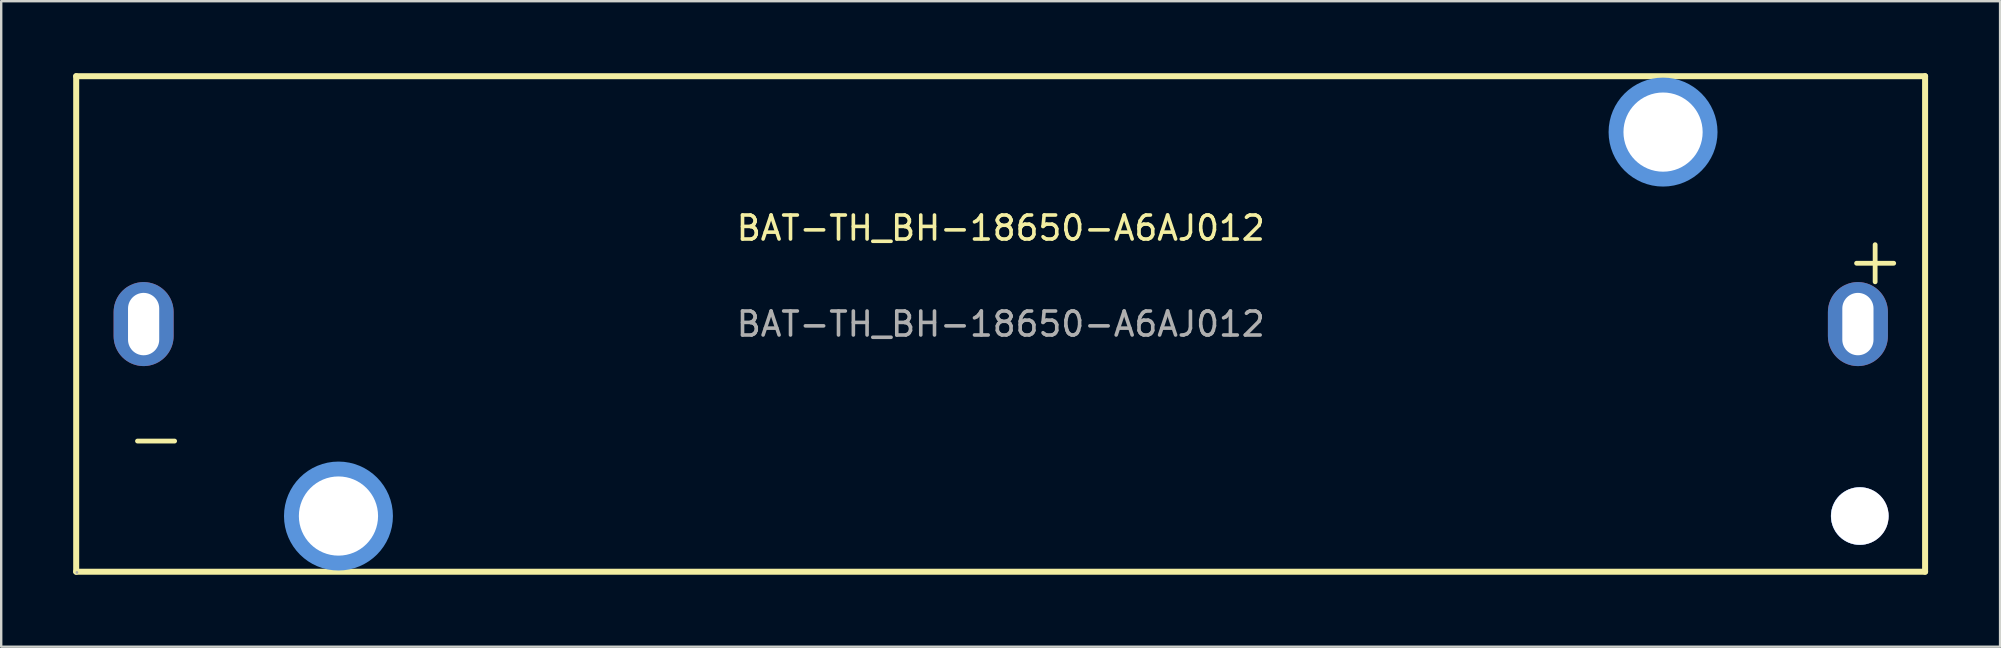
<source format=kicad_pcb>
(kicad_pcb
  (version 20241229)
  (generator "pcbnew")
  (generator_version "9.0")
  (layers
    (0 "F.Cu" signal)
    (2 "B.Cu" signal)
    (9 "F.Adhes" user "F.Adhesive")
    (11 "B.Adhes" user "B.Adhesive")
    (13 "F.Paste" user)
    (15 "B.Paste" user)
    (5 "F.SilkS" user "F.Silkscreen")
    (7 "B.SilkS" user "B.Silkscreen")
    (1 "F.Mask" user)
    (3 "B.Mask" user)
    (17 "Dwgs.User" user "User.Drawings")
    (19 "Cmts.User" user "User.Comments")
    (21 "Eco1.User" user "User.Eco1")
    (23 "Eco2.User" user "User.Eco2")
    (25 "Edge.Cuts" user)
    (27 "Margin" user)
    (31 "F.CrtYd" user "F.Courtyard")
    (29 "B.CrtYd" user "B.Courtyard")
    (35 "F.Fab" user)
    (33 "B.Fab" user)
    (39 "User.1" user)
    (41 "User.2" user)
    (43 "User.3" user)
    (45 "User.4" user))
  (footprint "BAT-TH_BH-18650-A6AJ012"
    (layer "F.Cu")
    (at 38.655 10.455)
    (property "Reference" "BAT-TH_BH-18650-A6AJ012" (at 0 -4 0) (layer "F.SilkS") (effects (font (size 1 1) (thickness 0.15))))
    (attr through_hole)
    (fp_line (start -38.53 -10.33) (end 38.52 -10.33) (stroke (width 0.25) (type solid)) (layer "F.SilkS"))
    (fp_line (start -38.53 10.32) (end -38.53 -10.33) (stroke (width 0.25) (type solid)) (layer "F.SilkS"))
    (fp_line (start -38.53 10.32) (end 38.52 10.32) (stroke (width 0.25) (type solid)) (layer "F.SilkS"))
    (fp_line (start 38.52 10.32) (end 38.52 -10.33) (stroke (width 0.25) (type solid)) (layer "F.SilkS"))
    (fp_circle (center -27.6 8) (end -26.85 8) (stroke (width 1.52) (type solid)) (fill no) (layer "Cmts.User"))
    (fp_circle (center 27.6 -8) (end 28.35 -8) (stroke (width 1.52) (type solid)) (fill no) (layer "Cmts.User"))
    (fp_circle (center 35.79 8) (end 36.39 8) (stroke (width 1.2) (type solid)) (fill no) (layer "Cmts.User"))
    (fp_circle (center -38.5 10.35) (end -38.47 10.35) (stroke (width 0.06) (type solid)) (fill no) (layer "F.Fab"))
    (fp_text user "+" (at 35.05 -2.69 0) (layer "F.SilkS") (effects (font (size 2.03 2.03) (thickness 0.2)) (justify left)))
    (fp_text user "-" (at -36.59 4.72 0) (layer "F.SilkS") (effects (font (size 2.03 2.03) (thickness 0.2)) (justify left)))
    (fp_text user "${REFERENCE}" (at 0 0 0) (layer "F.Fab") (effects (font (size 1 1) (thickness 0.15))))
    (pad "" thru_hole circle (at -27.6 8) (size 3.3 3.3) (drill 3.3) (layers "*.Cu" "*.Mask"))
    (pad "" thru_hole circle (at 27.6 -8) (size 3.3 3.3) (drill 3.3) (layers "*.Cu" "*.Mask"))
    (pad "" thru_hole circle (at 35.8 8) (size 2.4 2.4) (drill 2.4) (layers "*.Cu" "*.Mask"))
    (pad "1" thru_hole oval (at -35.72 0 180) (size 2.5 3.5) (drill oval 1.3 2.6) (layers "*.Cu" "*.Mask"))
    (pad "2" thru_hole oval (at 35.72 0 180) (size 2.5 3.5) (drill oval 1.3 2.6) (layers "*.Cu" "*.Mask")))
  (gr_rect
    (start -3 -3)
    (end 80.3 23.9)
    (stroke (width 0.1) (type default))
    (fill no)
    (layer "Edge.Cuts")))
</source>
